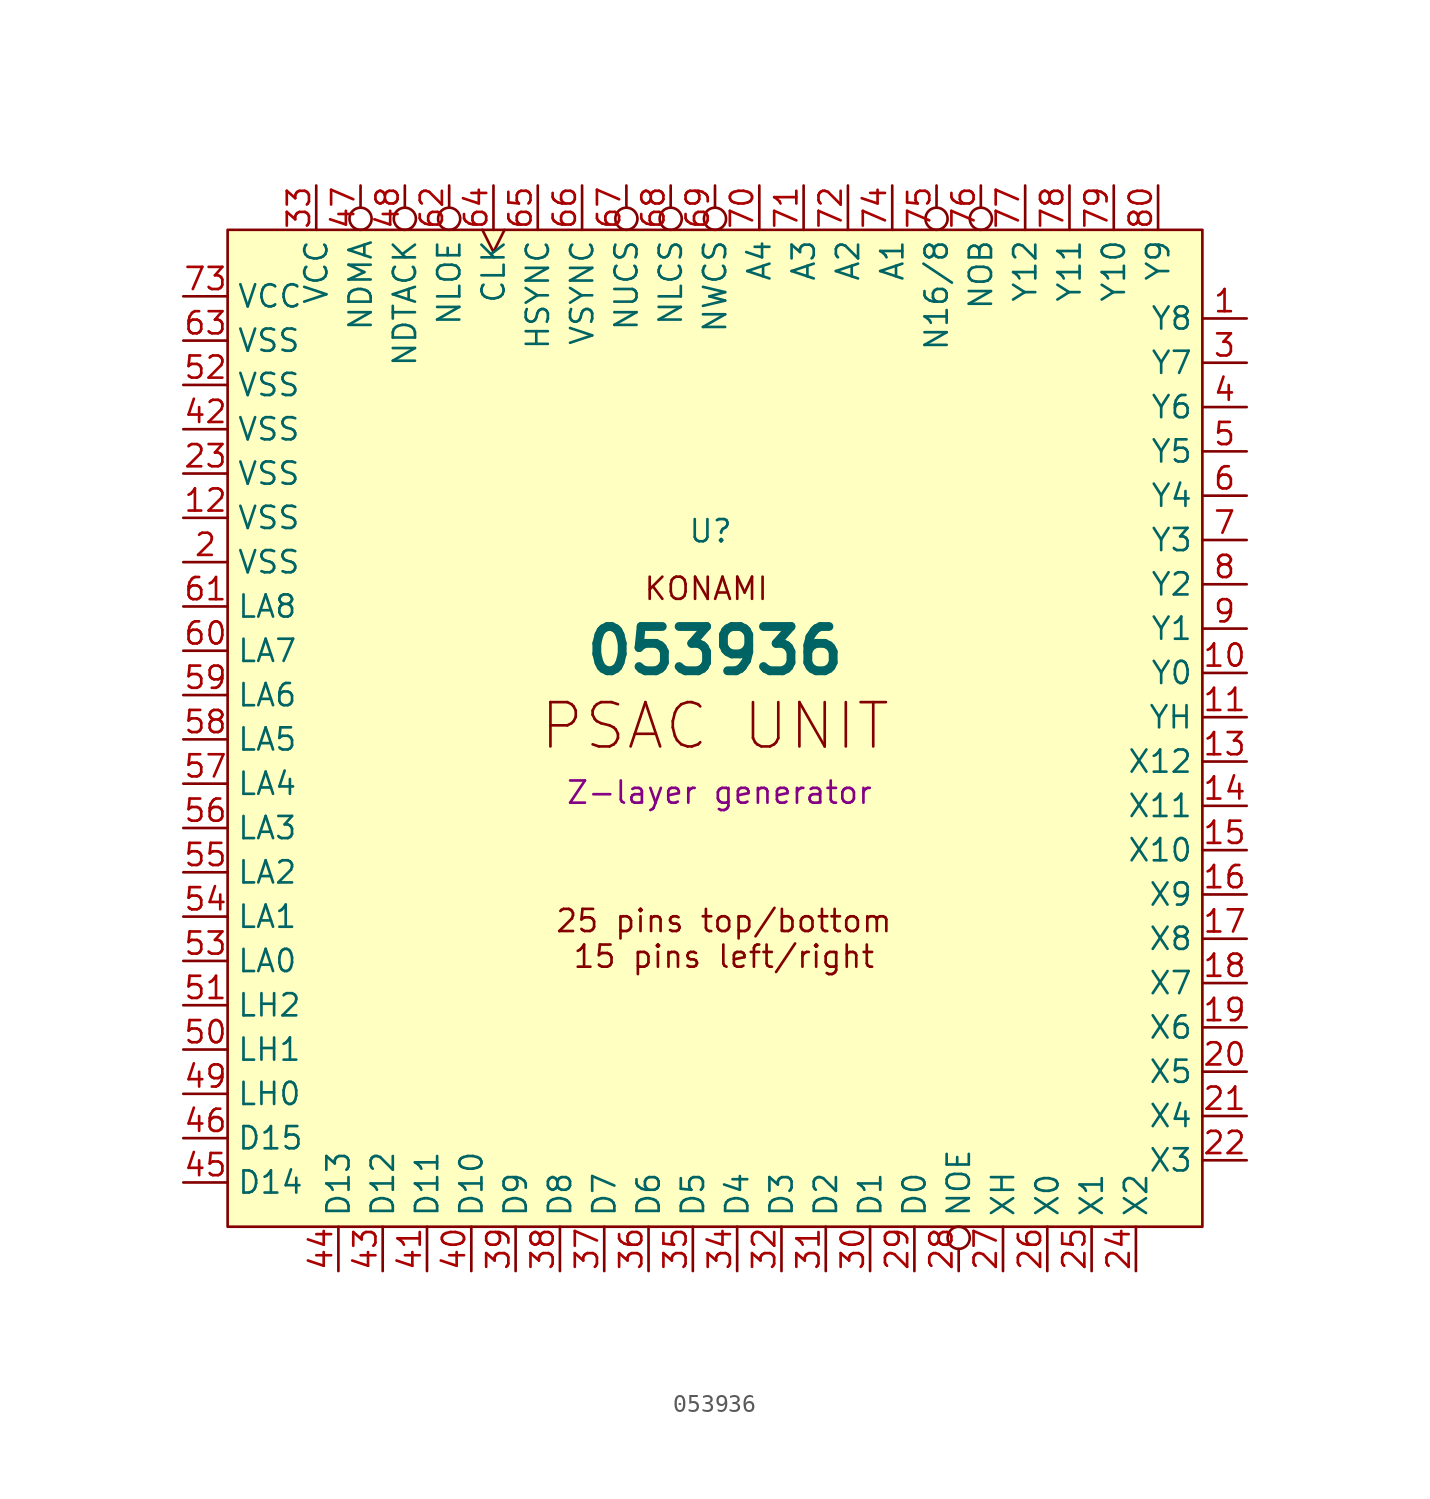
<source format=kicad_sym>
(kicad_symbol_lib
  (version 20231120)
  (generator "kicad_symbol_editor")
  (generator_version "8.0")
  (symbol "053936"
    (property "Reference" "U"
      (at 2.286 9.398 0)
      (effects (font (size 1.27 1.27))))
    (property "Value" "053936"
      (at 2.54 2.54 0)
      (effects (font (size 2.54 2.54) (thickness 0.508) (bold yes))))
    (property "Description" "Z-layer generator"
      (at 2.794 -5.588 0)
      (effects (font (size 1.27 1.27))))
    (symbol "053936_0_1"
      (rectangle (start -25.4 26.67) (end 30.48 -30.48) (stroke (width 0) (type default)) (fill (type background))))
    (symbol "053936_1_0"
      (pin tri_state line (at 33.02 21.59 180) (length 2.54) (name "Y8" (effects (font (size 1.27 1.27)))) (number "1" (effects (font (size 1.27 1.27)))))
      (pin tri_state line (at 33.02 1.27 180) (length 2.54) (name "Y0" (effects (font (size 1.27 1.27)))) (number "10" (effects (font (size 1.27 1.27)))))
      (pin tri_state line (at 33.02 -1.27 180) (length 2.54) (name "YH" (effects (font (size 1.27 1.27)))) (number "11" (effects (font (size 1.27 1.27)))))
      (pin power_in line (at -27.94 10.16 0) (length 2.54) (name "VSS" (effects (font (size 1.27 1.27)))) (number "12" (effects (font (size 1.27 1.27)))))
      (pin tri_state line (at 33.02 -3.81 180) (length 2.54) (name "X12" (effects (font (size 1.27 1.27)))) (number "13" (effects (font (size 1.27 1.27)))))
      (pin tri_state line (at 33.02 -6.35 180) (length 2.54) (name "X11" (effects (font (size 1.27 1.27)))) (number "14" (effects (font (size 1.27 1.27)))))
      (pin tri_state line (at 33.02 -8.89 180) (length 2.54) (name "X10" (effects (font (size 1.27 1.27)))) (number "15" (effects (font (size 1.27 1.27)))))
      (pin tri_state line (at 33.02 -11.43 180) (length 2.54) (name "X9" (effects (font (size 1.27 1.27)))) (number "16" (effects (font (size 1.27 1.27)))))
      (pin tri_state line (at 33.02 -13.97 180) (length 2.54) (name "X8" (effects (font (size 1.27 1.27)))) (number "17" (effects (font (size 1.27 1.27)))))
      (pin tri_state line (at 33.02 -16.51 180) (length 2.54) (name "X7" (effects (font (size 1.27 1.27)))) (number "18" (effects (font (size 1.27 1.27)))))
      (pin tri_state line (at 33.02 -19.05 180) (length 2.54) (name "X6" (effects (font (size 1.27 1.27)))) (number "19" (effects (font (size 1.27 1.27)))))
      (pin power_in line (at -27.94 7.62 0) (length 2.54) (name "VSS" (effects (font (size 1.27 1.27)))) (number "2" (effects (font (size 1.27 1.27)))))
      (pin tri_state line (at 33.02 -21.59 180) (length 2.54) (name "X5" (effects (font (size 1.27 1.27)))) (number "20" (effects (font (size 1.27 1.27)))))
      (pin tri_state line (at 33.02 -24.13 180) (length 2.54) (name "X4" (effects (font (size 1.27 1.27)))) (number "21" (effects (font (size 1.27 1.27)))))
      (pin tri_state line (at 33.02 -26.67 180) (length 2.54) (name "X3" (effects (font (size 1.27 1.27)))) (number "22" (effects (font (size 1.27 1.27)))))
      (pin power_in line (at -27.94 12.7 0) (length 2.54) (name "VSS" (effects (font (size 1.27 1.27)))) (number "23" (effects (font (size 1.27 1.27)))))
      (pin tri_state line (at 26.67 -33.02 90) (length 2.54) (name "X2" (effects (font (size 1.27 1.27)))) (number "24" (effects (font (size 1.27 1.27)))))
      (pin tri_state line (at 24.13 -33.02 90) (length 2.54) (name "X1" (effects (font (size 1.27 1.27)))) (number "25" (effects (font (size 1.27 1.27)))))
      (pin tri_state line (at 21.59 -33.02 90) (length 2.54) (name "X0" (effects (font (size 1.27 1.27)))) (number "26" (effects (font (size 1.27 1.27)))))
      (pin tri_state line (at 19.05 -33.02 90) (length 2.54) (name "XH" (effects (font (size 1.27 1.27)))) (number "27" (effects (font (size 1.27 1.27)))))
      (pin input inverted (at 16.51 -33.02 90) (length 2.54) (name "NOE" (effects (font (size 1.27 1.27)))) (number "28" (effects (font (size 1.27 1.27)))))
      (pin tri_state line (at 13.97 -33.02 90) (length 2.54) (name "D0" (effects (font (size 1.27 1.27)))) (number "29" (effects (font (size 1.27 1.27)))))
      (pin tri_state line (at 33.02 19.05 180) (length 2.54) (name "Y7" (effects (font (size 1.27 1.27)))) (number "3" (effects (font (size 1.27 1.27)))))
      (pin tri_state line (at 11.43 -33.02 90) (length 2.54) (name "D1" (effects (font (size 1.27 1.27)))) (number "30" (effects (font (size 1.27 1.27)))))
      (pin tri_state line (at 8.89 -33.02 90) (length 2.54) (name "D2" (effects (font (size 1.27 1.27)))) (number "31" (effects (font (size 1.27 1.27)))))
      (pin tri_state line (at 6.35 -33.02 90) (length 2.54) (name "D3" (effects (font (size 1.27 1.27)))) (number "32" (effects (font (size 1.27 1.27)))))
      (pin power_in line (at -20.32 29.21 270) (length 2.54) (name "VCC" (effects (font (size 1.27 1.27)))) (number "33" (effects (font (size 1.27 1.27)))))
      (pin tri_state line (at 3.81 -33.02 90) (length 2.54) (name "D4" (effects (font (size 1.27 1.27)))) (number "34" (effects (font (size 1.27 1.27)))))
      (pin tri_state line (at 1.27 -33.02 90) (length 2.54) (name "D5" (effects (font (size 1.27 1.27)))) (number "35" (effects (font (size 1.27 1.27)))))
      (pin tri_state line (at -1.27 -33.02 90) (length 2.54) (name "D6" (effects (font (size 1.27 1.27)))) (number "36" (effects (font (size 1.27 1.27)))))
      (pin tri_state line (at -3.81 -33.02 90) (length 2.54) (name "D7" (effects (font (size 1.27 1.27)))) (number "37" (effects (font (size 1.27 1.27)))))
      (pin tri_state line (at -6.35 -33.02 90) (length 2.54) (name "D8" (effects (font (size 1.27 1.27)))) (number "38" (effects (font (size 1.27 1.27)))))
      (pin tri_state line (at -8.89 -33.02 90) (length 2.54) (name "D9" (effects (font (size 1.27 1.27)))) (number "39" (effects (font (size 1.27 1.27)))))
      (pin tri_state line (at 33.02 16.51 180) (length 2.54) (name "Y6" (effects (font (size 1.27 1.27)))) (number "4" (effects (font (size 1.27 1.27)))))
      (pin tri_state line (at -11.43 -33.02 90) (length 2.54) (name "D10" (effects (font (size 1.27 1.27)))) (number "40" (effects (font (size 1.27 1.27)))))
      (pin tri_state line (at -13.97 -33.02 90) (length 2.54) (name "D11" (effects (font (size 1.27 1.27)))) (number "41" (effects (font (size 1.27 1.27)))))
      (pin power_in line (at -27.94 15.24 0) (length 2.54) (name "VSS" (effects (font (size 1.27 1.27)))) (number "42" (effects (font (size 1.27 1.27)))))
      (pin tri_state line (at -16.51 -33.02 90) (length 2.54) (name "D12" (effects (font (size 1.27 1.27)))) (number "43" (effects (font (size 1.27 1.27)))))
      (pin tri_state line (at -19.05 -33.02 90) (length 2.54) (name "D13" (effects (font (size 1.27 1.27)))) (number "44" (effects (font (size 1.27 1.27)))))
      (pin tri_state line (at -27.94 -27.94 0) (length 2.54) (name "D14" (effects (font (size 1.27 1.27)))) (number "45" (effects (font (size 1.27 1.27)))))
      (pin tri_state line (at -27.94 -25.4 0) (length 2.54) (name "D15" (effects (font (size 1.27 1.27)))) (number "46" (effects (font (size 1.27 1.27)))))
      (pin output inverted (at -17.78 29.21 270) (length 2.54) (name "NDMA" (effects (font (size 1.27 1.27)))) (number "47" (effects (font (size 1.27 1.27)))))
      (pin input inverted (at -15.24 29.21 270) (length 2.54) (name "NDTACK" (effects (font (size 1.27 1.27)))) (number "48" (effects (font (size 1.27 1.27)))))
      (pin tri_state line (at -27.94 -22.86 0) (length 2.54) (name "LH0" (effects (font (size 1.27 1.27)))) (number "49" (effects (font (size 1.27 1.27)))))
      (pin tri_state line (at 33.02 13.97 180) (length 2.54) (name "Y5" (effects (font (size 1.27 1.27)))) (number "5" (effects (font (size 1.27 1.27)))))
      (pin tri_state line (at -27.94 -20.32 0) (length 2.54) (name "LH1" (effects (font (size 1.27 1.27)))) (number "50" (effects (font (size 1.27 1.27)))))
      (pin tri_state line (at -27.94 -17.78 0) (length 2.54) (name "LH2" (effects (font (size 1.27 1.27)))) (number "51" (effects (font (size 1.27 1.27)))))
      (pin power_in line (at -27.94 17.78 0) (length 2.54) (name "VSS" (effects (font (size 1.27 1.27)))) (number "52" (effects (font (size 1.27 1.27)))))
      (pin tri_state line (at -27.94 -15.24 0) (length 2.54) (name "LA0" (effects (font (size 1.27 1.27)))) (number "53" (effects (font (size 1.27 1.27)))))
      (pin tri_state line (at -27.94 -12.7 0) (length 2.54) (name "LA1" (effects (font (size 1.27 1.27)))) (number "54" (effects (font (size 1.27 1.27)))))
      (pin tri_state line (at -27.94 -10.16 0) (length 2.54) (name "LA2" (effects (font (size 1.27 1.27)))) (number "55" (effects (font (size 1.27 1.27)))))
      (pin tri_state line (at -27.94 -7.62 0) (length 2.54) (name "LA3" (effects (font (size 1.27 1.27)))) (number "56" (effects (font (size 1.27 1.27)))))
      (pin tri_state line (at -27.94 -5.08 0) (length 2.54) (name "LA4" (effects (font (size 1.27 1.27)))) (number "57" (effects (font (size 1.27 1.27)))))
      (pin tri_state line (at -27.94 -2.54 0) (length 2.54) (name "LA5" (effects (font (size 1.27 1.27)))) (number "58" (effects (font (size 1.27 1.27)))))
      (pin tri_state line (at -27.94 0 0) (length 2.54) (name "LA6" (effects (font (size 1.27 1.27)))) (number "59" (effects (font (size 1.27 1.27)))))
      (pin tri_state line (at 33.02 11.43 180) (length 2.54) (name "Y4" (effects (font (size 1.27 1.27)))) (number "6" (effects (font (size 1.27 1.27)))))
      (pin tri_state line (at -27.94 2.54 0) (length 2.54) (name "LA7" (effects (font (size 1.27 1.27)))) (number "60" (effects (font (size 1.27 1.27)))))
      (pin tri_state line (at -27.94 5.08 0) (length 2.54) (name "LA8" (effects (font (size 1.27 1.27)))) (number "61" (effects (font (size 1.27 1.27)))))
      (pin input inverted (at -12.7 29.21 270) (length 2.54) (name "NLOE" (effects (font (size 1.27 1.27)))) (number "62" (effects (font (size 1.27 1.27)))))
      (pin power_in line (at -27.94 20.32 0) (length 2.54) (name "VSS" (effects (font (size 1.27 1.27)))) (number "63" (effects (font (size 1.27 1.27)))))
      (pin input clock (at -10.16 29.21 270) (length 2.54) (name "CLK" (effects (font (size 1.27 1.27)))) (number "64" (effects (font (size 1.27 1.27)))))
      (pin input line (at -7.62 29.21 270) (length 2.54) (name "HSYNC" (effects (font (size 1.27 1.27)))) (number "65" (effects (font (size 1.27 1.27)))))
      (pin input line (at -5.08 29.21 270) (length 2.54) (name "VSYNC" (effects (font (size 1.27 1.27)))) (number "66" (effects (font (size 1.27 1.27)))))
      (pin input inverted (at -2.54 29.21 270) (length 2.54) (name "NUCS" (effects (font (size 1.27 1.27)))) (number "67" (effects (font (size 1.27 1.27)))))
      (pin input inverted (at 0 29.21 270) (length 2.54) (name "NLCS" (effects (font (size 1.27 1.27)))) (number "68" (effects (font (size 1.27 1.27)))))
      (pin input inverted (at 2.54 29.21 270) (length 2.54) (name "NWCS" (effects (font (size 1.27 1.27)))) (number "69" (effects (font (size 1.27 1.27)))))
      (pin tri_state line (at 33.02 8.89 180) (length 2.54) (name "Y3" (effects (font (size 1.27 1.27)))) (number "7" (effects (font (size 1.27 1.27)))))
      (pin input line (at 5.08 29.21 270) (length 2.54) (name "A4" (effects (font (size 1.27 1.27)))) (number "70" (effects (font (size 1.27 1.27)))))
      (pin input line (at 7.62 29.21 270) (length 2.54) (name "A3" (effects (font (size 1.27 1.27)))) (number "71" (effects (font (size 1.27 1.27)))))
      (pin input line (at 10.16 29.21 270) (length 2.54) (name "A2" (effects (font (size 1.27 1.27)))) (number "72" (effects (font (size 1.27 1.27)))))
      (pin power_in line (at -27.94 22.86 0) (length 2.54) (name "VCC" (effects (font (size 1.27 1.27)))) (number "73" (effects (font (size 1.27 1.27)))))
      (pin input line (at 12.7 29.21 270) (length 2.54) (name "A1" (effects (font (size 1.27 1.27)))) (number "74" (effects (font (size 1.27 1.27)))))
      (pin input inverted (at 15.24 29.21 270) (length 2.54) (name "N16/8" (effects (font (size 1.27 1.27)))) (number "75" (effects (font (size 1.27 1.27)))))
      (pin output inverted (at 17.78 29.21 270) (length 2.54) (name "NOB" (effects (font (size 1.27 1.27)))) (number "76" (effects (font (size 1.27 1.27)))))
      (pin output line (at 20.32 29.21 270) (length 2.54) (name "Y12" (effects (font (size 1.27 1.27)))) (number "77" (effects (font (size 1.27 1.27)))))
      (pin output line (at 22.86 29.21 270) (length 2.54) (name "Y11" (effects (font (size 1.27 1.27)))) (number "78" (effects (font (size 1.27 1.27)))))
      (pin output line (at 25.4 29.21 270) (length 2.54) (name "Y10" (effects (font (size 1.27 1.27)))) (number "79" (effects (font (size 1.27 1.27)))))
      (pin tri_state line (at 33.02 6.35 180) (length 2.54) (name "Y2" (effects (font (size 1.27 1.27)))) (number "8" (effects (font (size 1.27 1.27)))))
      (pin output line (at 27.94 29.21 270) (length 2.54) (name "Y9" (effects (font (size 1.27 1.27)))) (number "80" (effects (font (size 1.27 1.27)))))
      (pin tri_state line (at 33.02 3.81 180) (length 2.54) (name "Y1" (effects (font (size 1.27 1.27)))) (number "9" (effects (font (size 1.27 1.27))))))
    (symbol "053936_1_1"
      (text "25 pins top/bottom\n15 pins left/right" (at 3.048 -13.97 0) (effects (font (size 1.27 1.27))))
      (text "KONAMI" (at 2.032 6.096 0) (effects (font (size 1.27 1.27))))
      (text "PSAC UNIT" (at 2.54 -1.778 0) (effects (font (size 2.54 2.54)))))))
</source>
